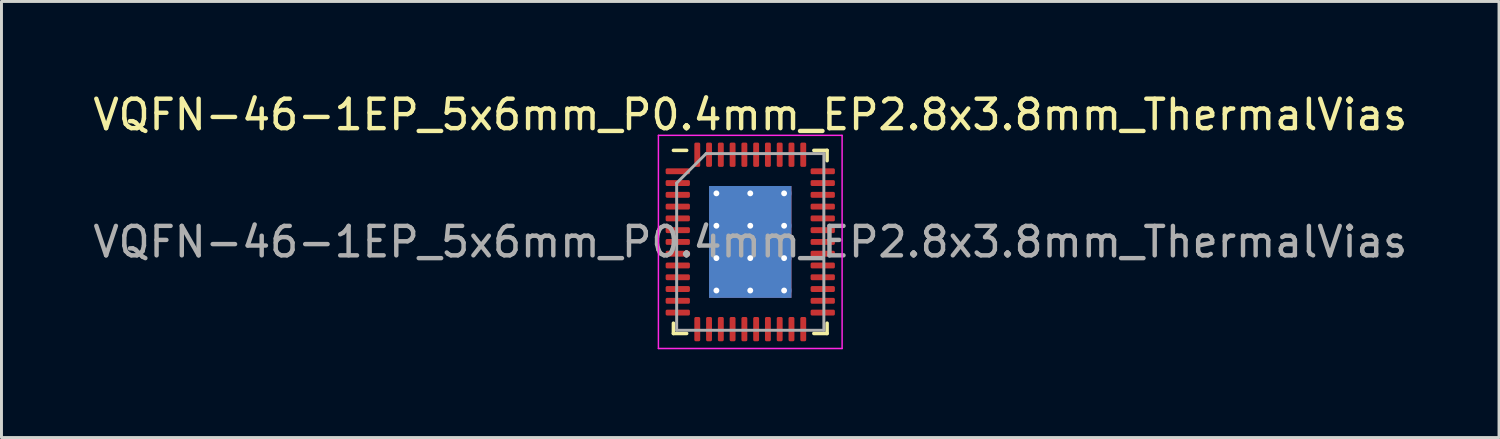
<source format=kicad_pcb>
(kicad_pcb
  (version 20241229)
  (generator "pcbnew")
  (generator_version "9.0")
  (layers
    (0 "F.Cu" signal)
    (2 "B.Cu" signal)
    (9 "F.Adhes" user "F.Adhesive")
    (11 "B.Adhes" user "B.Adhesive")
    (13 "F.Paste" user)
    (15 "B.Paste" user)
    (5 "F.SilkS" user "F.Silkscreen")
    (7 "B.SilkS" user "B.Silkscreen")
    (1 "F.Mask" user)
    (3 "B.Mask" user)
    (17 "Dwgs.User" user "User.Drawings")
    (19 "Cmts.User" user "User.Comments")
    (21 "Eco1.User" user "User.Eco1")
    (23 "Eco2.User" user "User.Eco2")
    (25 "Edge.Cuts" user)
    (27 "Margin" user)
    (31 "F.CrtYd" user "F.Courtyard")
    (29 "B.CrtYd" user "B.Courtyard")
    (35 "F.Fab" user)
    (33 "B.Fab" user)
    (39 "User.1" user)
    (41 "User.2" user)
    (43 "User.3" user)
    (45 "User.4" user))
  (footprint "VQFN-46-1EP_5x6mm_P0.4mm_EP2.8x3.8mm_ThermalVias"
    (layer "F.Cu")
    (at 22.435 5.168)
    (property "Reference" "VQFN-46-1EP_5x6mm_P0.4mm_EP2.8x3.8mm_ThermalVias" (at 0 -4.32 0) (layer "F.SilkS") (effects (font (size 1 1) (thickness 0.15))))
    (attr smd)
    (fp_line (start -2.61 3.11) (end -2.61 2.76) (stroke (width 0.12) (type solid)) (layer "F.SilkS"))
    (fp_line (start -2.16 -3.11) (end -2.61 -3.11) (stroke (width 0.12) (type solid)) (layer "F.SilkS"))
    (fp_line (start -2.16 3.11) (end -2.61 3.11) (stroke (width 0.12) (type solid)) (layer "F.SilkS"))
    (fp_line (start 2.16 -3.11) (end 2.61 -3.11) (stroke (width 0.12) (type solid)) (layer "F.SilkS"))
    (fp_line (start 2.16 3.11) (end 2.61 3.11) (stroke (width 0.12) (type solid)) (layer "F.SilkS"))
    (fp_line (start 2.61 -3.11) (end 2.61 -2.76) (stroke (width 0.12) (type solid)) (layer "F.SilkS"))
    (fp_line (start 2.61 3.11) (end 2.61 2.76) (stroke (width 0.12) (type solid)) (layer "F.SilkS"))
    (fp_line (start -3.12 -3.62) (end -3.12 3.62) (stroke (width 0.05) (type solid)) (layer "F.CrtYd"))
    (fp_line (start -3.12 3.62) (end 3.12 3.62) (stroke (width 0.05) (type solid)) (layer "F.CrtYd"))
    (fp_line (start 3.12 -3.62) (end -3.12 -3.62) (stroke (width 0.05) (type solid)) (layer "F.CrtYd"))
    (fp_line (start 3.12 3.62) (end 3.12 -3.62) (stroke (width 0.05) (type solid)) (layer "F.CrtYd"))
    (fp_line (start -2.5 -2) (end -1.5 -3) (stroke (width 0.1) (type solid)) (layer "F.Fab"))
    (fp_line (start -2.5 3) (end -2.5 -2) (stroke (width 0.1) (type solid)) (layer "F.Fab"))
    (fp_line (start -1.5 -3) (end 2.5 -3) (stroke (width 0.1) (type solid)) (layer "F.Fab"))
    (fp_line (start 2.5 -3) (end 2.5 3) (stroke (width 0.1) (type solid)) (layer "F.Fab"))
    (fp_line (start 2.5 3) (end -2.5 3) (stroke (width 0.1) (type solid)) (layer "F.Fab"))
    (fp_text user "${REFERENCE}" (at 0 0 0) (layer "F.Fab") (effects (font (size 1 1) (thickness 0.15))))
    (pad "" smd roundrect (at -0.7 -1.27) (size 1.21 1.1) (layers "F.Paste") (roundrect_rratio 0.227))
    (pad "" smd roundrect (at -0.7 0) (size 1.21 1.1) (layers "F.Paste") (roundrect_rratio 0.227))
    (pad "" smd roundrect (at -0.7 1.27) (size 1.21 1.1) (layers "F.Paste") (roundrect_rratio 0.227))
    (pad "" smd roundrect (at 0.7 -1.27) (size 1.21 1.1) (layers "F.Paste") (roundrect_rratio 0.227))
    (pad "" smd roundrect (at 0.7 0) (size 1.21 1.1) (layers "F.Paste") (roundrect_rratio 0.227))
    (pad "" smd roundrect (at 0.7 1.27) (size 1.21 1.1) (layers "F.Paste") (roundrect_rratio 0.227))
    (pad "1" smd roundrect (at -2.462 -2.4) (size 0.825 0.2) (layers "F.Cu" "F.Mask" "F.Paste") (roundrect_rratio 0.25))
    (pad "2" smd roundrect (at -2.462 -2) (size 0.825 0.2) (layers "F.Cu" "F.Mask" "F.Paste") (roundrect_rratio 0.25))
    (pad "3" smd roundrect (at -2.462 -1.6) (size 0.825 0.2) (layers "F.Cu" "F.Mask" "F.Paste") (roundrect_rratio 0.25))
    (pad "4" smd roundrect (at -2.462 -1.2) (size 0.825 0.2) (layers "F.Cu" "F.Mask" "F.Paste") (roundrect_rratio 0.25))
    (pad "5" smd roundrect (at -2.462 -0.8) (size 0.825 0.2) (layers "F.Cu" "F.Mask" "F.Paste") (roundrect_rratio 0.25))
    (pad "6" smd roundrect (at -2.462 -0.4) (size 0.825 0.2) (layers "F.Cu" "F.Mask" "F.Paste") (roundrect_rratio 0.25))
    (pad "7" smd roundrect (at -2.462 0) (size 0.825 0.2) (layers "F.Cu" "F.Mask" "F.Paste") (roundrect_rratio 0.25))
    (pad "8" smd roundrect (at -2.462 0.4) (size 0.825 0.2) (layers "F.Cu" "F.Mask" "F.Paste") (roundrect_rratio 0.25))
    (pad "9" smd roundrect (at -2.462 0.8) (size 0.825 0.2) (layers "F.Cu" "F.Mask" "F.Paste") (roundrect_rratio 0.25))
    (pad "10" smd roundrect (at -2.462 1.2) (size 0.825 0.2) (layers "F.Cu" "F.Mask" "F.Paste") (roundrect_rratio 0.25))
    (pad "11" smd roundrect (at -2.462 1.6) (size 0.825 0.2) (layers "F.Cu" "F.Mask" "F.Paste") (roundrect_rratio 0.25))
    (pad "12" smd roundrect (at -2.462 2) (size 0.825 0.2) (layers "F.Cu" "F.Mask" "F.Paste") (roundrect_rratio 0.25))
    (pad "13" smd roundrect (at -2.462 2.4) (size 0.825 0.2) (layers "F.Cu" "F.Mask" "F.Paste") (roundrect_rratio 0.25))
    (pad "14" smd roundrect (at -1.8 2.962) (size 0.2 0.825) (layers "F.Cu" "F.Mask" "F.Paste") (roundrect_rratio 0.25))
    (pad "15" smd roundrect (at -1.4 2.962) (size 0.2 0.825) (layers "F.Cu" "F.Mask" "F.Paste") (roundrect_rratio 0.25))
    (pad "16" smd roundrect (at -1 2.962) (size 0.2 0.825) (layers "F.Cu" "F.Mask" "F.Paste") (roundrect_rratio 0.25))
    (pad "17" smd roundrect (at -0.6 2.962) (size 0.2 0.825) (layers "F.Cu" "F.Mask" "F.Paste") (roundrect_rratio 0.25))
    (pad "18" smd roundrect (at -0.2 2.962) (size 0.2 0.825) (layers "F.Cu" "F.Mask" "F.Paste") (roundrect_rratio 0.25))
    (pad "19" smd roundrect (at 0.2 2.962) (size 0.2 0.825) (layers "F.Cu" "F.Mask" "F.Paste") (roundrect_rratio 0.25))
    (pad "20" smd roundrect (at 0.6 2.962) (size 0.2 0.825) (layers "F.Cu" "F.Mask" "F.Paste") (roundrect_rratio 0.25))
    (pad "21" smd roundrect (at 1 2.962) (size 0.2 0.825) (layers "F.Cu" "F.Mask" "F.Paste") (roundrect_rratio 0.25))
    (pad "22" smd roundrect (at 1.4 2.962) (size 0.2 0.825) (layers "F.Cu" "F.Mask" "F.Paste") (roundrect_rratio 0.25))
    (pad "23" smd roundrect (at 1.8 2.962) (size 0.2 0.825) (layers "F.Cu" "F.Mask" "F.Paste") (roundrect_rratio 0.25))
    (pad "24" smd roundrect (at 2.462 2.4) (size 0.825 0.2) (layers "F.Cu" "F.Mask" "F.Paste") (roundrect_rratio 0.25))
    (pad "25" smd roundrect (at 2.462 2) (size 0.825 0.2) (layers "F.Cu" "F.Mask" "F.Paste") (roundrect_rratio 0.25))
    (pad "26" smd roundrect (at 2.462 1.6) (size 0.825 0.2) (layers "F.Cu" "F.Mask" "F.Paste") (roundrect_rratio 0.25))
    (pad "27" smd roundrect (at 2.462 1.2) (size 0.825 0.2) (layers "F.Cu" "F.Mask" "F.Paste") (roundrect_rratio 0.25))
    (pad "28" smd roundrect (at 2.462 0.8) (size 0.825 0.2) (layers "F.Cu" "F.Mask" "F.Paste") (roundrect_rratio 0.25))
    (pad "29" smd roundrect (at 2.462 0.4) (size 0.825 0.2) (layers "F.Cu" "F.Mask" "F.Paste") (roundrect_rratio 0.25))
    (pad "30" smd roundrect (at 2.462 0) (size 0.825 0.2) (layers "F.Cu" "F.Mask" "F.Paste") (roundrect_rratio 0.25))
    (pad "31" smd roundrect (at 2.462 -0.4) (size 0.825 0.2) (layers "F.Cu" "F.Mask" "F.Paste") (roundrect_rratio 0.25))
    (pad "32" smd roundrect (at 2.462 -0.8) (size 0.825 0.2) (layers "F.Cu" "F.Mask" "F.Paste") (roundrect_rratio 0.25))
    (pad "33" smd roundrect (at 2.462 -1.2) (size 0.825 0.2) (layers "F.Cu" "F.Mask" "F.Paste") (roundrect_rratio 0.25))
    (pad "34" smd roundrect (at 2.462 -1.6) (size 0.825 0.2) (layers "F.Cu" "F.Mask" "F.Paste") (roundrect_rratio 0.25))
    (pad "35" smd roundrect (at 2.462 -2) (size 0.825 0.2) (layers "F.Cu" "F.Mask" "F.Paste") (roundrect_rratio 0.25))
    (pad "36" smd roundrect (at 2.462 -2.4) (size 0.825 0.2) (layers "F.Cu" "F.Mask" "F.Paste") (roundrect_rratio 0.25))
    (pad "37" smd roundrect (at 1.8 -2.962) (size 0.2 0.825) (layers "F.Cu" "F.Mask" "F.Paste") (roundrect_rratio 0.25))
    (pad "38" smd roundrect (at 1.4 -2.962) (size 0.2 0.825) (layers "F.Cu" "F.Mask" "F.Paste") (roundrect_rratio 0.25))
    (pad "39" smd roundrect (at 1 -2.962) (size 0.2 0.825) (layers "F.Cu" "F.Mask" "F.Paste") (roundrect_rratio 0.25))
    (pad "40" smd roundrect (at 0.6 -2.962) (size 0.2 0.825) (layers "F.Cu" "F.Mask" "F.Paste") (roundrect_rratio 0.25))
    (pad "41" smd roundrect (at 0.2 -2.962) (size 0.2 0.825) (layers "F.Cu" "F.Mask" "F.Paste") (roundrect_rratio 0.25))
    (pad "42" smd roundrect (at -0.2 -2.962) (size 0.2 0.825) (layers "F.Cu" "F.Mask" "F.Paste") (roundrect_rratio 0.25))
    (pad "43" smd roundrect (at -0.6 -2.962) (size 0.2 0.825) (layers "F.Cu" "F.Mask" "F.Paste") (roundrect_rratio 0.25))
    (pad "44" smd roundrect (at -1 -2.962) (size 0.2 0.825) (layers "F.Cu" "F.Mask" "F.Paste") (roundrect_rratio 0.25))
    (pad "45" smd roundrect (at -1.4 -2.962) (size 0.2 0.825) (layers "F.Cu" "F.Mask" "F.Paste") (roundrect_rratio 0.25))
    (pad "46" smd roundrect (at -1.8 -2.962) (size 0.2 0.825) (layers "F.Cu" "F.Mask" "F.Paste") (roundrect_rratio 0.25))
    (pad "47" thru_hole circle (at -1.15 -1.65) (size 0.5 0.5) (drill 0.2) (layers "*.Cu"))
    (pad "47" thru_hole circle (at -1.15 -0.55) (size 0.5 0.5) (drill 0.2) (layers "*.Cu"))
    (pad "47" thru_hole circle (at -1.15 0.55) (size 0.5 0.5) (drill 0.2) (layers "*.Cu"))
    (pad "47" thru_hole circle (at -1.15 1.65) (size 0.5 0.5) (drill 0.2) (layers "*.Cu"))
    (pad "47" thru_hole circle (at 0 -1.65) (size 0.5 0.5) (drill 0.2) (layers "*.Cu"))
    (pad "47" thru_hole circle (at 0 -0.55) (size 0.5 0.5) (drill 0.2) (layers "*.Cu"))
    (pad "47" smd rect (at 0 0) (size 2.8 3.8) (layers "F.Cu" "F.Mask"))
    (pad "47" smd rect (at 0 0) (size 2.8 3.8) (layers "B.Cu"))
    (pad "47" thru_hole circle (at 0 0.55) (size 0.5 0.5) (drill 0.2) (layers "*.Cu"))
    (pad "47" thru_hole circle (at 0 1.65) (size 0.5 0.5) (drill 0.2) (layers "*.Cu"))
    (pad "47" thru_hole circle (at 1.15 -1.65) (size 0.5 0.5) (drill 0.2) (layers "*.Cu"))
    (pad "47" thru_hole circle (at 1.15 -0.55) (size 0.5 0.5) (drill 0.2) (layers "*.Cu"))
    (pad "47" thru_hole circle (at 1.15 0.55) (size 0.5 0.5) (drill 0.2) (layers "*.Cu"))
    (pad "47" thru_hole circle (at 1.15 1.65) (size 0.5 0.5) (drill 0.2) (layers "*.Cu")))
  (gr_rect
    (start -3 -3)
    (end 47.869 11.813)
    (stroke (width 0.1) (type default))
    (fill no)
    (layer "Edge.Cuts")))
</source>
